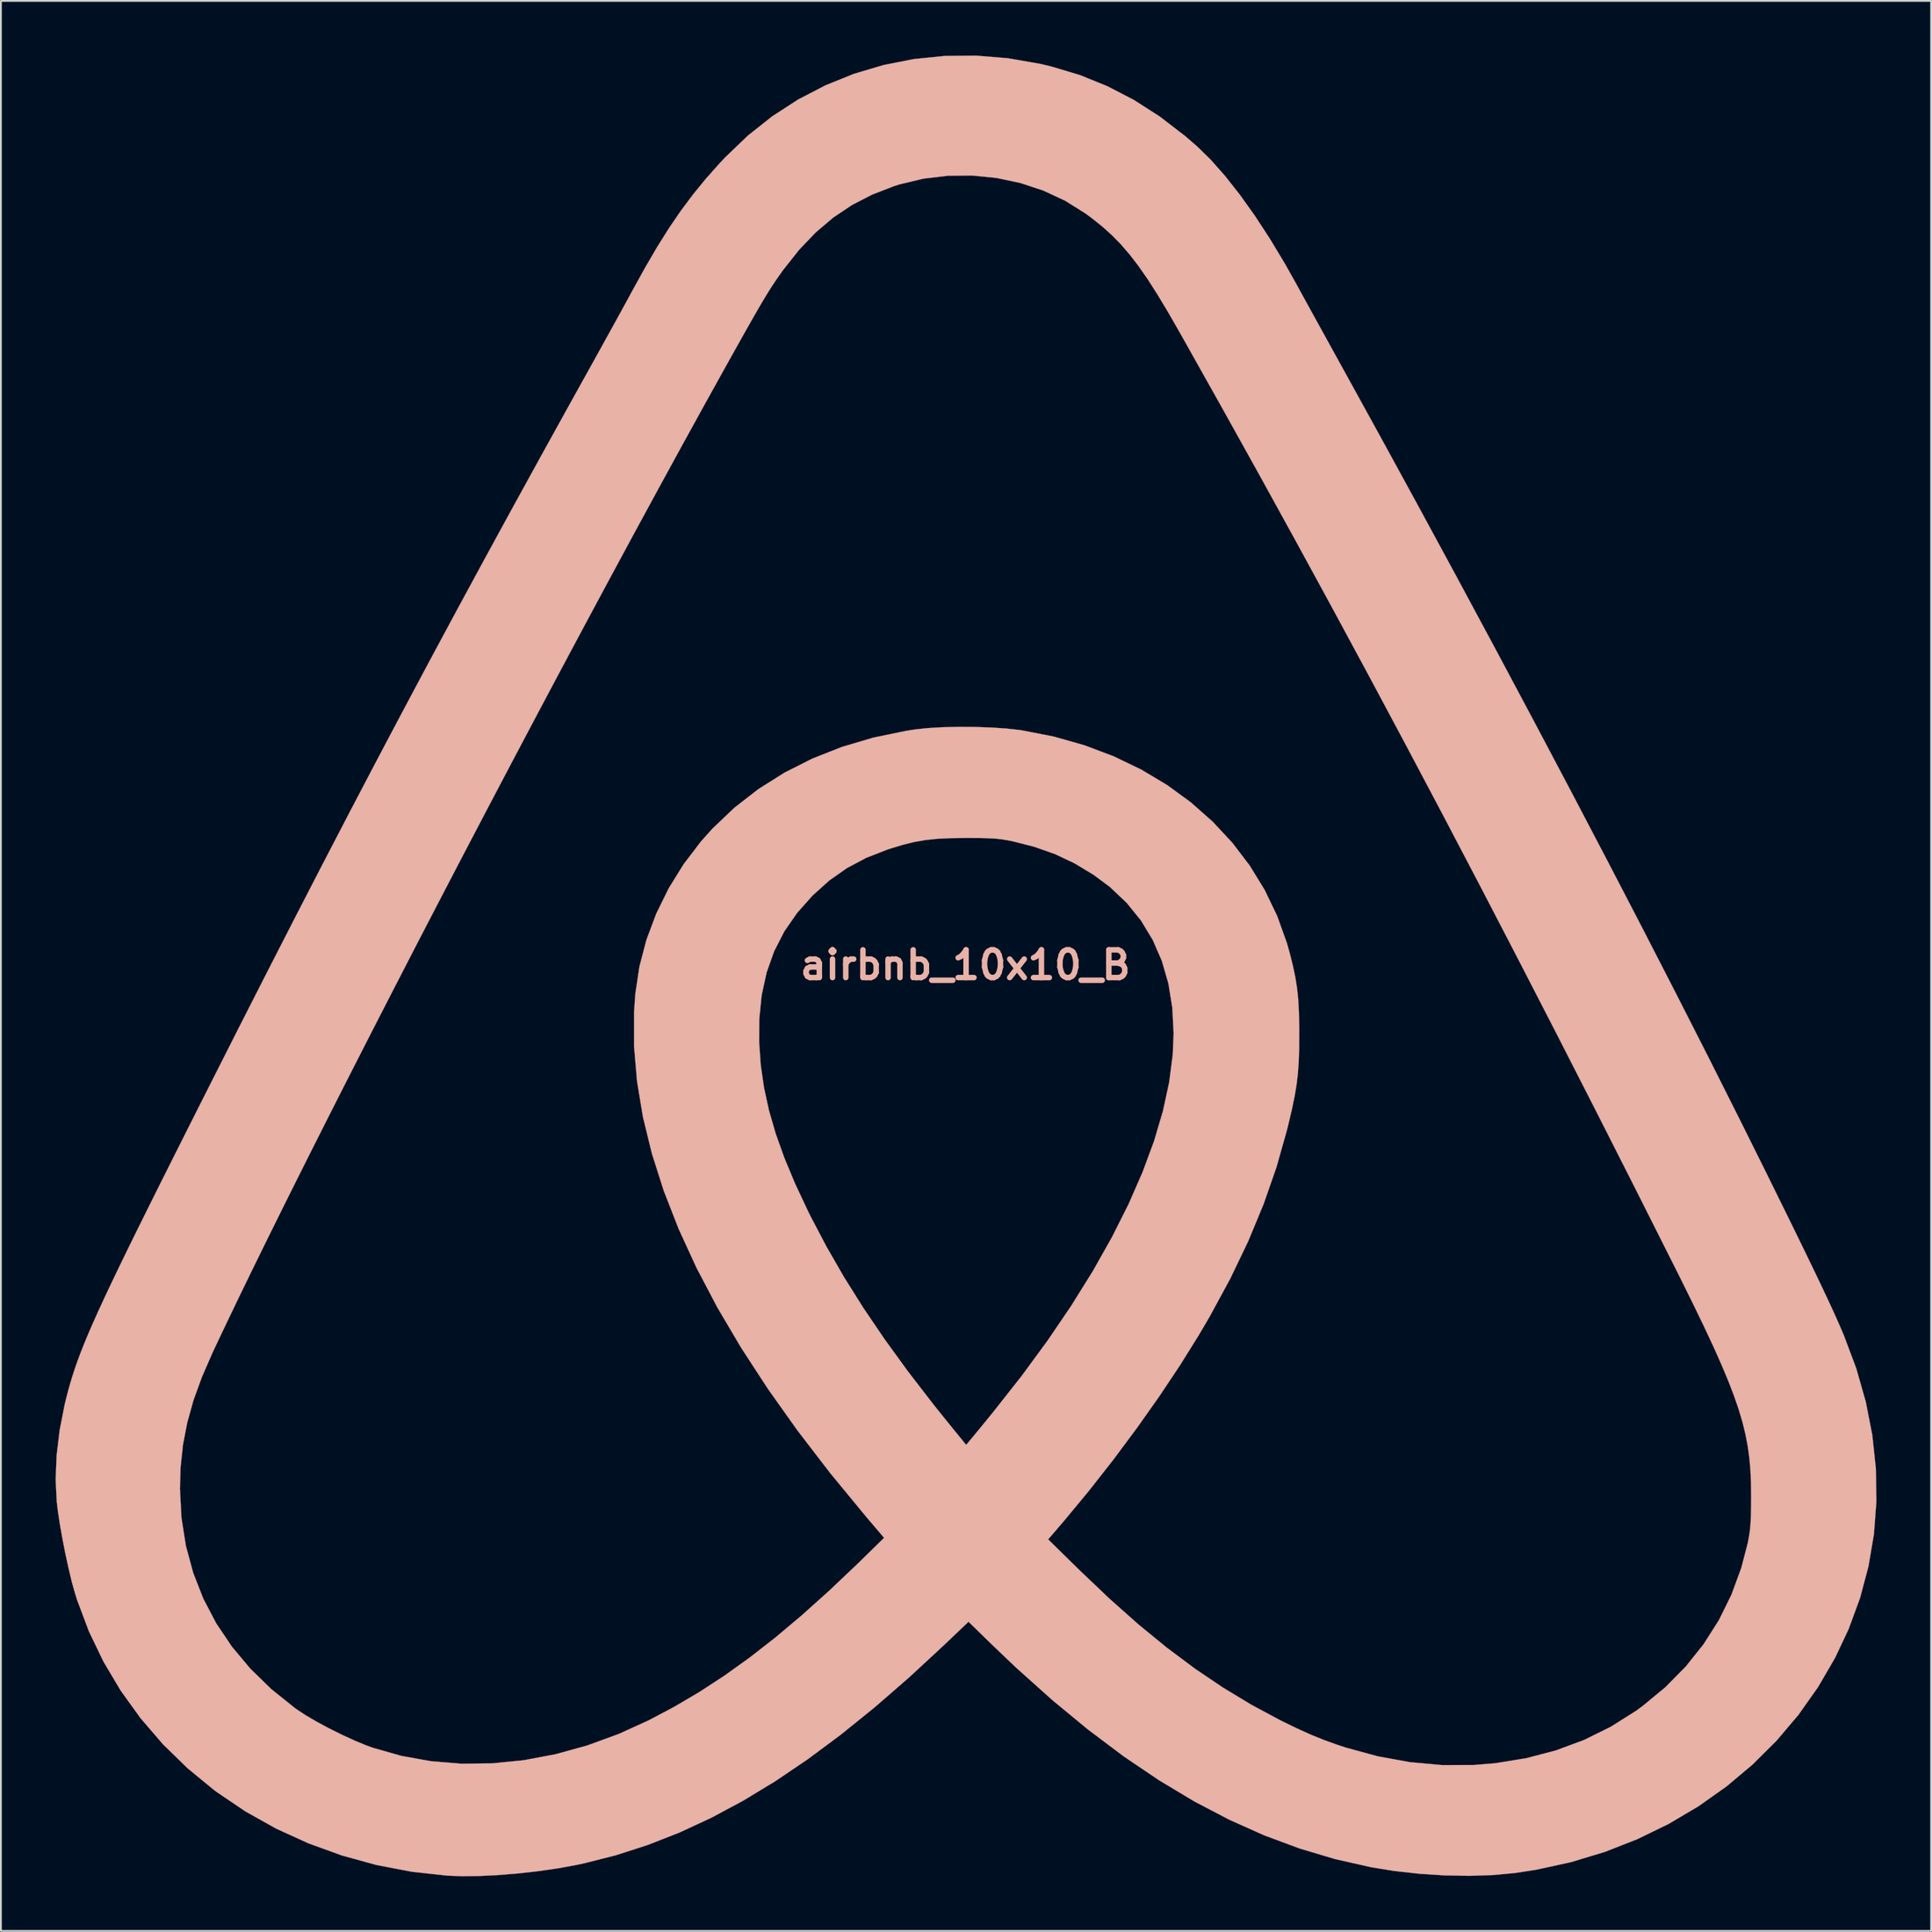
<source format=kicad_pcb>
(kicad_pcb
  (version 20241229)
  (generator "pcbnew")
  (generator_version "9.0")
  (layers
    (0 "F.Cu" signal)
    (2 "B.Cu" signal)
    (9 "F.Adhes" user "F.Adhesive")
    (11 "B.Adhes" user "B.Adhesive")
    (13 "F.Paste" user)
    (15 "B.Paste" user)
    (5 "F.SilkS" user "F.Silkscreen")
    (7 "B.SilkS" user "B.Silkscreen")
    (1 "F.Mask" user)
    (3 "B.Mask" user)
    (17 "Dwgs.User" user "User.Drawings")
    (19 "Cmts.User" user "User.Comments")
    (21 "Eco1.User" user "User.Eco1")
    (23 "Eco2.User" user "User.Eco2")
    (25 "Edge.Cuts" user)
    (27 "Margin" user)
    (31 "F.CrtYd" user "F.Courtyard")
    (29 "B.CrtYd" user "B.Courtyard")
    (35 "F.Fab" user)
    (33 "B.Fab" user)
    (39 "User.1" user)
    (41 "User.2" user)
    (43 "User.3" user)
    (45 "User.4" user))
  (footprint "airbnb_10x10_B"
    (layer "F.Cu")
    (at 49.94 49.919)
    (property "Reference" "airbnb_10x10_B" (at 0 0 0) (layer "B.SilkS") (effects (font (size 1.524 1.524) (thickness 0.3))))
    (attr through_hole)
    (fp_poly (pts (xy 2.341 -49.77) (xy 4.102 -49.464) (xy 4.705 -49.321) (xy 6.281 -48.849) (xy 7.79 -48.238) (xy 9.245 -47.484) (xy 10.66 -46.577) (xy 12.046 -45.513) (xy 12.72 -44.931) (xy 13.47 -44.196) (xy 14.253 -43.31) (xy 15.059 -42.286) (xy 15.88 -41.137) (xy 16.704 -39.876) (xy 17.525 -38.515) (xy 18.165 -37.376) (xy 18.376 -36.989) (xy 18.655 -36.481) (xy 18.985 -35.88) (xy 19.352 -35.215) (xy 19.739 -34.512) (xy 20.132 -33.8) (xy 20.434 -33.253) (xy 22.635 -29.258) (xy 24.818 -25.264) (xy 26.976 -21.282) (xy 29.103 -17.327) (xy 31.191 -13.41) (xy 33.235 -9.545) (xy 35.226 -5.746) (xy 37.159 -2.024) (xy 39.025 1.607) (xy 40.82 5.134) (xy 42.534 8.545) (xy 44.031 11.557) (xy 44.679 12.872) (xy 45.257 14.047) (xy 45.769 15.093) (xy 46.221 16.022) (xy 46.618 16.844) (xy 46.966 17.572) (xy 47.27 18.216) (xy 47.536 18.787) (xy 47.768 19.296) (xy 47.972 19.756) (xy 48.154 20.177) (xy 48.207 20.302) (xy 48.895 22.135) (xy 49.419 23.971) (xy 49.778 25.803) (xy 49.972 27.627) (xy 50.002 29.437) (xy 49.868 31.229) (xy 49.569 32.998) (xy 49.107 34.737) (xy 48.481 36.443) (xy 47.741 38.015) (xy 46.801 39.631) (xy 45.726 41.153) (xy 44.523 42.573) (xy 43.201 43.888) (xy 41.767 45.092) (xy 40.231 46.178) (xy 38.6 47.143) (xy 36.883 47.979) (xy 35.088 48.682) (xy 33.222 49.246) (xy 31.294 49.665) (xy 30.17 49.837) (xy 28.971 49.949) (xy 27.661 49.992) (xy 26.285 49.967) (xy 24.885 49.876) (xy 23.503 49.721) (xy 22.267 49.519) (xy 20.295 49.074) (xy 18.343 48.492) (xy 16.404 47.771) (xy 14.474 46.908) (xy 12.547 45.899) (xy 10.619 44.741) (xy 8.683 43.432) (xy 6.735 41.967) (xy 4.769 40.345) (xy 2.779 38.562) (xy 1.462 37.306) (xy 0.171 36.046) (xy -1.152 37.306) (xy -3.096 39.106) (xy -4.99 40.751) (xy -6.84 42.245) (xy -8.654 43.594) (xy -10.439 44.801) (xy -12.202 45.87) (xy -13.951 46.807) (xy -15.693 47.615) (xy -17.435 48.298) (xy -19.184 48.862) (xy -20.948 49.31) (xy -21.354 49.396) (xy -22.354 49.579) (xy -23.426 49.735) (xy -24.529 49.859) (xy -25.625 49.949) (xy -26.673 50.001) (xy -27.635 50.012) (xy -28.406 49.984) (xy -30.373 49.771) (xy -32.313 49.401) (xy -34.212 48.879) (xy -36.056 48.211) (xy -37.829 47.403) (xy -39.518 46.458) (xy -41.107 45.383) (xy -41.235 45.288) (xy -42.703 44.081) (xy -44.051 42.763) (xy -45.272 41.344) (xy -46.361 39.832) (xy -47.31 38.237) (xy -48.112 36.569) (xy -48.762 34.837) (xy -48.88 34.459) (xy -49.05 33.847) (xy -49.226 33.114) (xy -49.401 32.309) (xy -49.564 31.48) (xy -49.706 30.675) (xy -49.816 29.944) (xy -49.874 29.463) (xy -49.91 28.744) (xy -43.114 28.744) (xy -43.03 30.341) (xy -42.787 31.882) (xy -42.386 33.364) (xy -41.831 34.782) (xy -41.123 36.133) (xy -40.263 37.413) (xy -39.255 38.618) (xy -38.1 39.743) (xy -36.801 40.786) (xy -36.703 40.856) (xy -36.212 41.18) (xy -35.604 41.536) (xy -34.922 41.902) (xy -34.209 42.256) (xy -33.508 42.577) (xy -32.863 42.843) (xy -32.547 42.958) (xy -30.966 43.409) (xy -29.336 43.702) (xy -27.664 43.839) (xy -25.962 43.82) (xy -24.238 43.647) (xy -22.503 43.32) (xy -20.766 42.841) (xy -19.038 42.21) (xy -17.399 41.465) (xy -15.992 40.722) (xy -14.607 39.906) (xy -13.229 39.007) (xy -11.843 38.015) (xy -10.437 36.918) (xy -8.995 35.706) (xy -7.503 34.368) (xy -5.947 32.893) (xy -5.681 32.634) (xy -4.462 31.441) (xy -5.465 30.262) (xy -7.421 27.887) (xy -9.214 25.552) (xy -10.844 23.257) (xy -12.312 21.003) (xy -13.618 18.79) (xy -14.76 16.617) (xy -15.739 14.486) (xy -16.555 12.397) (xy -17.208 10.349) (xy -17.698 8.343) (xy -18.024 6.379) (xy -18.187 4.458) (xy -18.186 4.264) (xy -11.321 4.264) (xy -11.233 5.496) (xy -11.056 6.725) (xy -10.785 7.971) (xy -10.414 9.252) (xy -9.937 10.588) (xy -9.35 11.997) (xy -8.645 13.499) (xy -8.496 13.801) (xy -7.619 15.469) (xy -6.657 17.139) (xy -5.598 18.826) (xy -4.431 20.546) (xy -3.148 22.313) (xy -1.736 24.144) (xy -0.808 25.298) (xy 0.041 26.339) (xy 0.276 26.06) (xy 0.405 25.905) (xy 0.619 25.645) (xy 0.896 25.308) (xy 1.213 24.921) (xy 1.513 24.553) (xy 3.078 22.567) (xy 4.516 20.608) (xy 5.825 18.679) (xy 7.003 16.786) (xy 8.047 14.933) (xy 8.955 13.125) (xy 9.725 11.367) (xy 10.355 9.663) (xy 10.842 8.018) (xy 11.185 6.436) (xy 11.381 4.923) (xy 11.43 3.752) (xy 11.357 2.338) (xy 11.141 1.009) (xy 10.781 -0.233) (xy 10.278 -1.386) (xy 9.635 -2.447) (xy 8.852 -3.414) (xy 7.93 -4.286) (xy 7.027 -4.957) (xy 5.983 -5.586) (xy 4.912 -6.092) (xy 3.77 -6.493) (xy 2.625 -6.785) (xy 2.285 -6.854) (xy 1.968 -6.904) (xy 1.638 -6.939) (xy 1.258 -6.96) (xy 0.793 -6.972) (xy 0.205 -6.975) (xy 0 -6.975) (xy -0.847 -6.964) (xy -1.571 -6.927) (xy -2.215 -6.858) (xy -2.825 -6.75) (xy -3.444 -6.597) (xy -4.118 -6.392) (xy -4.276 -6.34) (xy -5.448 -5.882) (xy -6.504 -5.321) (xy -7.473 -4.64) (xy -8.385 -3.82) (xy -8.388 -3.817) (xy -9.239 -2.86) (xy -9.942 -1.843) (xy -10.498 -0.757) (xy -10.911 0.405) (xy -11.183 1.649) (xy -11.317 2.984) (xy -11.321 4.264) (xy -18.186 4.264) (xy -18.186 2.579) (xy -18.115 1.566) (xy -17.893 0.087) (xy -17.508 -1.38) (xy -16.97 -2.817) (xy -16.286 -4.208) (xy -15.464 -5.537) (xy -14.511 -6.787) (xy -13.886 -7.485) (xy -12.681 -8.632) (xy -11.361 -9.657) (xy -9.932 -10.558) (xy -8.401 -11.331) (xy -6.773 -11.973) (xy -5.054 -12.482) (xy -3.25 -12.855) (xy -2.755 -12.931) (xy -2.075 -13.004) (xy -1.273 -13.051) (xy -0.396 -13.071) (xy 0.513 -13.066) (xy 1.406 -13.036) (xy 2.239 -12.981) (xy 2.965 -12.901) (xy 3.09 -12.883) (xy 4.854 -12.538) (xy 6.539 -12.06) (xy 8.141 -11.454) (xy 9.652 -10.727) (xy 11.065 -9.883) (xy 12.374 -8.928) (xy 13.571 -7.869) (xy 14.651 -6.71) (xy 15.605 -5.458) (xy 16.427 -4.118) (xy 17.111 -2.696) (xy 17.649 -1.197) (xy 17.807 -0.635) (xy 17.977 0.05) (xy 18.107 0.666) (xy 18.201 1.255) (xy 18.264 1.861) (xy 18.303 2.526) (xy 18.32 3.293) (xy 18.323 3.768) (xy 18.318 4.584) (xy 18.296 5.293) (xy 18.25 5.939) (xy 18.177 6.561) (xy 18.07 7.203) (xy 17.924 7.906) (xy 17.735 8.711) (xy 17.645 9.074) (xy 17.072 11.099) (xy 16.368 13.119) (xy 15.528 15.147) (xy 14.545 17.198) (xy 13.412 19.287) (xy 12.81 20.314) (xy 11.783 21.961) (xy 10.642 23.672) (xy 9.412 25.413) (xy 8.12 27.15) (xy 6.788 28.848) (xy 5.443 30.473) (xy 5.298 30.643) (xy 4.541 31.526) (xy 6.272 33.225) (xy 7.907 34.781) (xy 9.494 36.191) (xy 11.051 37.466) (xy 12.592 38.618) (xy 14.132 39.658) (xy 15.687 40.598) (xy 17.272 41.449) (xy 17.35 41.488) (xy 18.201 41.903) (xy 18.963 42.247) (xy 19.689 42.541) (xy 20.431 42.807) (xy 20.87 42.952) (xy 22.631 43.433) (xy 24.395 43.754) (xy 26.152 43.914) (xy 27.889 43.912) (xy 29.084 43.813) (xy 30.792 43.535) (xy 32.418 43.108) (xy 33.962 42.534) (xy 35.425 41.811) (xy 36.806 40.94) (xy 37.158 40.684) (xy 38.417 39.644) (xy 39.537 38.509) (xy 40.517 37.281) (xy 41.354 35.965) (xy 42.046 34.565) (xy 42.589 33.086) (xy 42.937 31.75) (xy 43.005 31.405) (xy 43.055 31.079) (xy 43.09 30.735) (xy 43.112 30.337) (xy 43.124 29.849) (xy 43.129 29.234) (xy 43.129 29.125) (xy 43.12 28.411) (xy 43.09 27.733) (xy 43.032 27.076) (xy 42.944 26.428) (xy 42.82 25.774) (xy 42.656 25.102) (xy 42.447 24.397) (xy 42.189 23.646) (xy 41.877 22.836) (xy 41.507 21.952) (xy 41.075 20.982) (xy 40.575 19.912) (xy 40.004 18.727) (xy 39.356 17.415) (xy 39.01 16.722) (xy 36.759 12.248) (xy 34.565 7.918) (xy 32.42 3.717) (xy 30.316 -0.368) (xy 28.247 -4.352) (xy 26.204 -8.249) (xy 24.181 -12.071) (xy 22.17 -15.833) (xy 20.164 -19.55) (xy 18.156 -23.233) (xy 16.138 -26.899) (xy 14.102 -30.559) (xy 12.042 -34.229) (xy 11.745 -34.756) (xy 11.119 -35.846) (xy 10.547 -36.798) (xy 10.016 -37.628) (xy 9.513 -38.353) (xy 9.024 -38.99) (xy 8.537 -39.555) (xy 8.038 -40.065) (xy 7.513 -40.537) (xy 6.95 -40.987) (xy 6.575 -41.263) (xy 5.47 -41.953) (xy 4.278 -42.508) (xy 3.019 -42.925) (xy 1.711 -43.202) (xy 0.375 -43.336) (xy -0.971 -43.323) (xy -2.307 -43.163) (xy -3.615 -42.85) (xy -3.906 -42.758) (xy -5.113 -42.291) (xy -6.223 -41.719) (xy -7.252 -41.03) (xy -8.216 -40.213) (xy -9.131 -39.255) (xy -10.011 -38.143) (xy -10.252 -37.804) (xy -10.425 -37.552) (xy -10.595 -37.298) (xy -10.77 -37.025) (xy -10.959 -36.718) (xy -11.172 -36.363) (xy -11.416 -35.945) (xy -11.701 -35.448) (xy -12.035 -34.858) (xy -12.428 -34.159) (xy -12.887 -33.337) (xy -13.229 -32.724) (xy -14.413 -30.59) (xy -15.635 -28.37) (xy -16.891 -26.072) (xy -18.175 -23.709) (xy -19.482 -21.289) (xy -20.806 -18.823) (xy -22.142 -16.322) (xy -23.485 -13.796) (xy -24.829 -11.255) (xy -26.169 -8.709) (xy -27.5 -6.169) (xy -28.815 -3.645) (xy -30.111 -1.148) (xy -31.38 1.313) (xy -32.619 3.727) (xy -33.822 6.083) (xy -34.983 8.372) (xy -36.097 10.583) (xy -37.158 12.705) (xy -38.162 14.729) (xy -39.103 16.644) (xy -39.975 18.44) (xy -40.773 20.107) (xy -41.313 21.251) (xy -41.903 22.602) (xy -42.368 23.88) (xy -42.713 25.114) (xy -42.948 26.335) (xy -43.079 27.575) (xy -43.114 28.744) (xy -49.91 28.744) (xy -49.935 28.234) (xy -49.881 26.915) (xy -49.716 25.536) (xy -49.441 24.131) (xy -49.359 23.791) (xy -49.254 23.387) (xy -49.142 22.987) (xy -49.021 22.583) (xy -48.887 22.168) (xy -48.735 21.733) (xy -48.562 21.271) (xy -48.365 20.774) (xy -48.14 20.233) (xy -47.883 19.641) (xy -47.59 18.989) (xy -47.258 18.27) (xy -46.884 17.476) (xy -46.463 16.598) (xy -45.992 15.629) (xy -45.467 14.561) (xy -44.884 13.385) (xy -44.241 12.094) (xy -43.532 10.68) (xy -42.756 9.134) (xy -41.907 7.449) (xy -41.523 6.689) (xy -39.88 3.441) (xy -38.296 0.328) (xy -36.759 -2.673) (xy -35.258 -5.582) (xy -33.783 -8.419) (xy -32.323 -11.205) (xy -30.866 -13.961) (xy -29.401 -16.709) (xy -27.918 -19.467) (xy -26.406 -22.258) (xy -24.853 -25.102) (xy -23.248 -28.02) (xy -21.582 -31.032) (xy -20.83 -32.385) (xy -20.416 -33.13) (xy -20 -33.88) (xy -19.597 -34.611) (xy -19.217 -35.298) (xy -18.876 -35.919) (xy -18.585 -36.45) (xy -18.359 -36.866) (xy -18.287 -36.999) (xy -17.581 -38.278) (xy -16.913 -39.421) (xy -16.265 -40.453) (xy -15.619 -41.399) (xy -14.959 -42.283) (xy -14.267 -43.131) (xy -13.526 -43.967) (xy -13.199 -44.317) (xy -11.945 -45.522) (xy -10.6 -46.587) (xy -9.175 -47.51) (xy -7.677 -48.287) (xy -6.116 -48.917) (xy -4.5 -49.397) (xy -2.837 -49.725) (xy -1.137 -49.898) (xy 0.592 -49.914) (xy 2.341 -49.77)) (stroke (width 0.01) (type solid)) (fill yes) (layer "B.SilkS")))
  (gr_rect
    (start -3 -3)
    (end 102.947 102.936)
    (stroke (width 0.1) (type default))
    (fill no)
    (layer "Edge.Cuts")))
</source>
